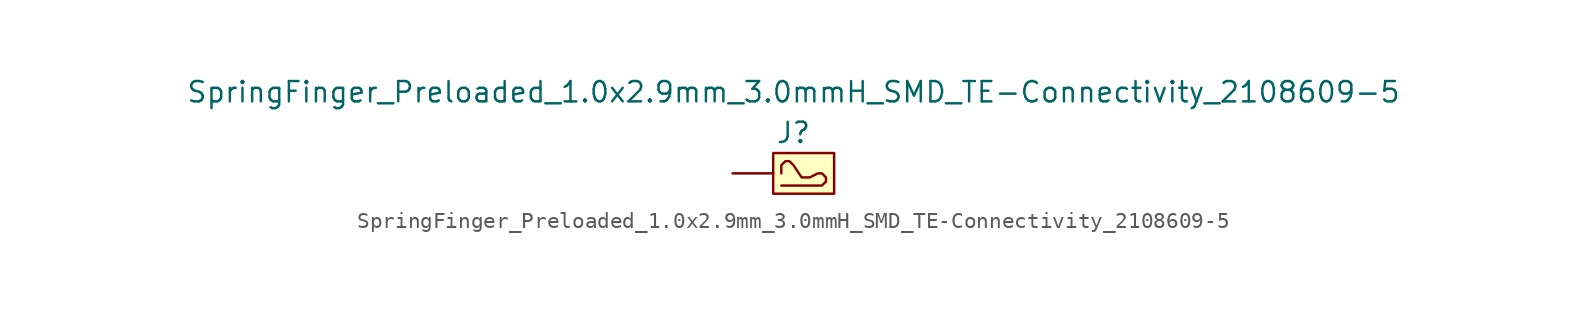
<source format=kicad_sym>
(kicad_symbol_lib
  (version 20211014)
  (generator kicad_symbol_editor)
  (symbol "SpringFinger_Preloaded_1.0x2.9mm_3.0mmH_SMD_TE-Connectivity_2108609-5"
    (pin_numbers hide)
    (pin_names
      (offset 1.27) hide)
    (property "Reference" "J"
      (at 0 2.54 0)
      (effects (font (size 1.27 1.27))))
    (property "Value" "SpringFinger_Preloaded_1.0x2.9mm_3.0mmH_SMD_TE-Connectivity_2108609-5"
      (at 0 5.08 0)
      (effects (font (size 1.27 1.27))))
    (symbol "SpringFinger_Preloaded_1.0x2.9mm_3.0mmH_SMD_TE-Connectivity_2108609-5_0_0"
      (pin passive line (at -3.81 0 0) (length 2.54) (name "~" (effects (font (size 1.27 1.27)))) (number "1" (effects (font (size 1.27 1.27))))))
    (symbol "SpringFinger_Preloaded_1.0x2.9mm_3.0mmH_SMD_TE-Connectivity_2108609-5_0_1"
      (rectangle (start -1.27 -1.27) (end 2.54 1.27) (stroke (width 0) (type default) (color 0 0 0 0)) (fill (type background)))
      (polyline (pts (xy -0.762 -0.762) (xy 1.778 -0.762) (xy 2.032 -0.508) (xy 2.032 -0.254) (xy 1.778 0) (xy 1.524 0) (xy 1.016 -0.254) (xy 0.508 -0.254) (xy 0 0.508) (xy -0.254 0.762) (xy -0.508 0.762) (xy -0.762 0.508) (xy -0.762 0)) (stroke (width 0) (type default) (color 0 0 0 0)) (fill (type none))))))
</source>
